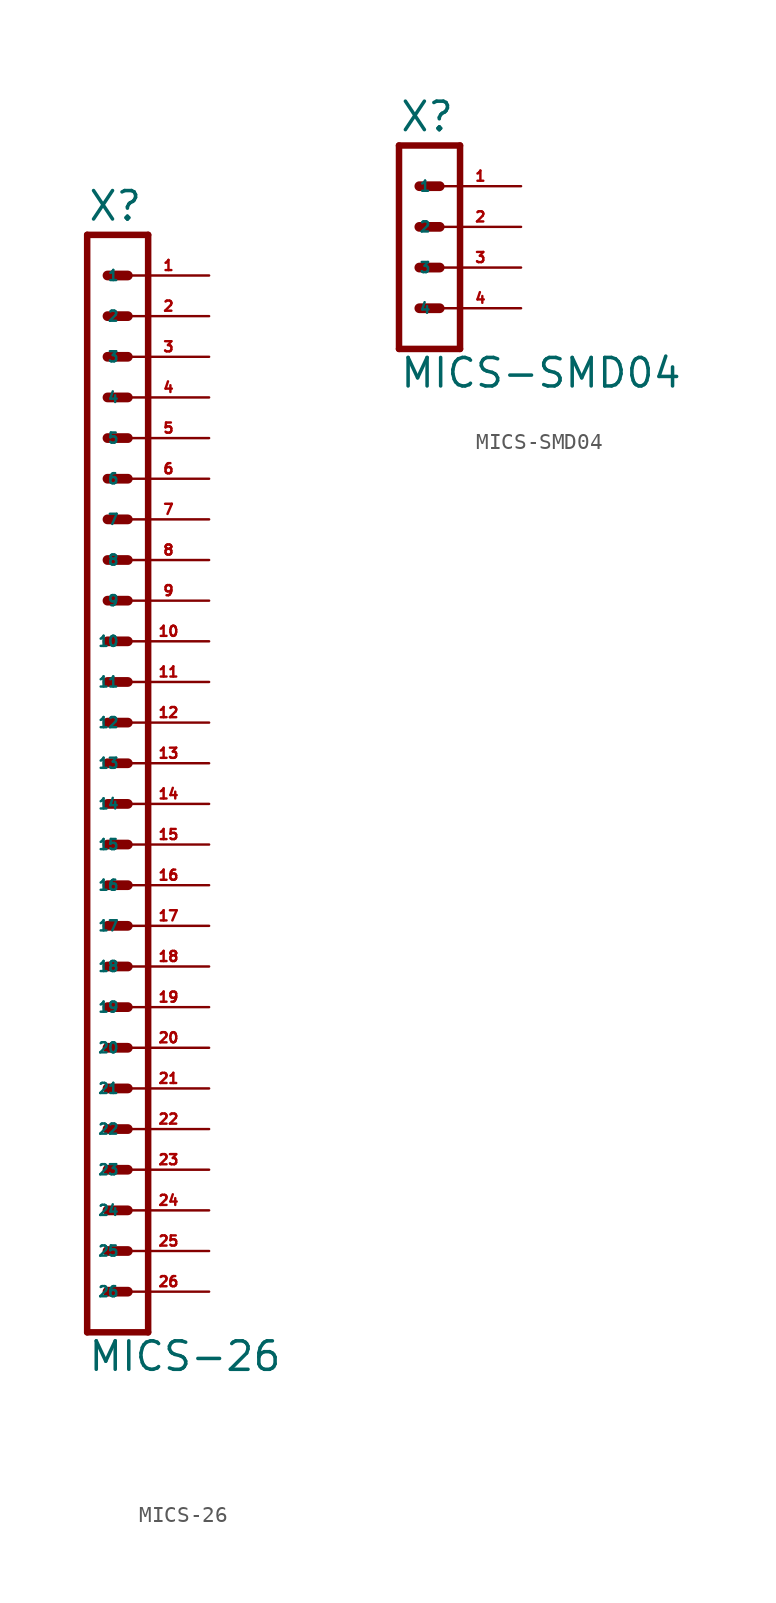
<source format=kicad_sym>
(kicad_symbol_lib
  (version 20220914)
  (generator Eagle2Kicad)
  (symbol "MICS-26"
    (property "Reference" "X"
      (at -2.54 33.782 0)
      (effects (font (size 1.778 1.778) (thickness 0.22)) (justify left bottom)))
    (property "Value" "MICS-26"
      (at -2.54 -38.1 0)
      (effects (font (size 1.778 1.778) (thickness 0.22)) (justify left bottom)))
    (polyline
      (pts (xy 1.27 -35.56) (xy -2.54 -35.56))
      (stroke (width 0.406) (type default))
      (fill (type none)))
    (polyline
      (pts (xy -1.27 27.94) (xy 0 27.94))
      (stroke (width 0.61) (type default))
      (fill (type none)))
    (polyline
      (pts (xy -1.27 25.4) (xy 0 25.4))
      (stroke (width 0.61) (type default))
      (fill (type none)))
    (polyline
      (pts (xy -1.27 22.86) (xy 0 22.86))
      (stroke (width 0.61) (type default))
      (fill (type none)))
    (polyline
      (pts (xy -2.54 33.02) (xy -2.54 -35.56))
      (stroke (width 0.406) (type default))
      (fill (type none)))
    (polyline
      (pts (xy 1.27 -35.56) (xy 1.27 33.02))
      (stroke (width 0.406) (type default))
      (fill (type none)))
    (polyline
      (pts (xy -2.54 33.02) (xy 1.27 33.02))
      (stroke (width 0.406) (type default))
      (fill (type none)))
    (polyline
      (pts (xy -1.27 30.48) (xy 0 30.48))
      (stroke (width 0.61) (type default))
      (fill (type none)))
    (polyline
      (pts (xy -1.27 20.32) (xy 0 20.32))
      (stroke (width 0.61) (type default))
      (fill (type none)))
    (polyline
      (pts (xy -1.27 17.78) (xy 0 17.78))
      (stroke (width 0.61) (type default))
      (fill (type none)))
    (polyline
      (pts (xy -1.27 15.24) (xy 0 15.24))
      (stroke (width 0.61) (type default))
      (fill (type none)))
    (polyline
      (pts (xy -1.27 12.7) (xy 0 12.7))
      (stroke (width 0.61) (type default))
      (fill (type none)))
    (polyline
      (pts (xy -1.27 10.16) (xy 0 10.16))
      (stroke (width 0.61) (type default))
      (fill (type none)))
    (polyline
      (pts (xy -1.27 7.62) (xy 0 7.62))
      (stroke (width 0.61) (type default))
      (fill (type none)))
    (polyline
      (pts (xy -1.27 5.08) (xy 0 5.08))
      (stroke (width 0.61) (type default))
      (fill (type none)))
    (polyline
      (pts (xy -1.27 2.54) (xy 0 2.54))
      (stroke (width 0.61) (type default))
      (fill (type none)))
    (polyline
      (pts (xy -1.27 0) (xy 0 0))
      (stroke (width 0.61) (type default))
      (fill (type none)))
    (polyline
      (pts (xy -1.27 -2.54) (xy 0 -2.54))
      (stroke (width 0.61) (type default))
      (fill (type none)))
    (polyline
      (pts (xy -1.27 -5.08) (xy 0 -5.08))
      (stroke (width 0.61) (type default))
      (fill (type none)))
    (polyline
      (pts (xy -1.27 -7.62) (xy 0 -7.62))
      (stroke (width 0.61) (type default))
      (fill (type none)))
    (polyline
      (pts (xy -1.27 -10.16) (xy 0 -10.16))
      (stroke (width 0.61) (type default))
      (fill (type none)))
    (polyline
      (pts (xy -1.27 -12.7) (xy 0 -12.7))
      (stroke (width 0.61) (type default))
      (fill (type none)))
    (polyline
      (pts (xy -1.27 -15.24) (xy 0 -15.24))
      (stroke (width 0.61) (type default))
      (fill (type none)))
    (polyline
      (pts (xy -1.27 -17.78) (xy 0 -17.78))
      (stroke (width 0.61) (type default))
      (fill (type none)))
    (polyline
      (pts (xy -1.27 -20.32) (xy 0 -20.32))
      (stroke (width 0.61) (type default))
      (fill (type none)))
    (polyline
      (pts (xy -1.27 -22.86) (xy 0 -22.86))
      (stroke (width 0.61) (type default))
      (fill (type none)))
    (polyline
      (pts (xy -1.27 -25.4) (xy 0 -25.4))
      (stroke (width 0.61) (type default))
      (fill (type none)))
    (polyline
      (pts (xy -1.27 -27.94) (xy 0 -27.94))
      (stroke (width 0.61) (type default))
      (fill (type none)))
    (polyline
      (pts (xy -1.27 -30.48) (xy 0 -30.48))
      (stroke (width 0.61) (type default))
      (fill (type none)))
    (polyline
      (pts (xy -1.27 -33.02) (xy 0 -33.02))
      (stroke (width 0.61) (type default))
      (fill (type none)))
    (pin passive line
      (at 5.08 30.48 180)
      (length 5.08)
      (name "1" (effects (font (size 0.635 0.635) (thickness 0.08)) (justify left bottom)))
      (number "1" (effects (font (size 0.635 0.635) (thickness 0.08)) (justify left bottom))))
    (pin passive line
      (at 5.08 27.94 180)
      (length 5.08)
      (name "2" (effects (font (size 0.635 0.635) (thickness 0.08)) (justify left bottom)))
      (number "2" (effects (font (size 0.635 0.635) (thickness 0.08)) (justify left bottom))))
    (pin passive line
      (at 5.08 25.4 180)
      (length 5.08)
      (name "3" (effects (font (size 0.635 0.635) (thickness 0.08)) (justify left bottom)))
      (number "3" (effects (font (size 0.635 0.635) (thickness 0.08)) (justify left bottom))))
    (pin passive line
      (at 5.08 22.86 180)
      (length 5.08)
      (name "4" (effects (font (size 0.635 0.635) (thickness 0.08)) (justify left bottom)))
      (number "4" (effects (font (size 0.635 0.635) (thickness 0.08)) (justify left bottom))))
    (pin passive line
      (at 5.08 20.32 180)
      (length 5.08)
      (name "5" (effects (font (size 0.635 0.635) (thickness 0.08)) (justify left bottom)))
      (number "5" (effects (font (size 0.635 0.635) (thickness 0.08)) (justify left bottom))))
    (pin passive line
      (at 5.08 17.78 180)
      (length 5.08)
      (name "6" (effects (font (size 0.635 0.635) (thickness 0.08)) (justify left bottom)))
      (number "6" (effects (font (size 0.635 0.635) (thickness 0.08)) (justify left bottom))))
    (pin passive line
      (at 5.08 15.24 180)
      (length 5.08)
      (name "7" (effects (font (size 0.635 0.635) (thickness 0.08)) (justify left bottom)))
      (number "7" (effects (font (size 0.635 0.635) (thickness 0.08)) (justify left bottom))))
    (pin passive line
      (at 5.08 12.7 180)
      (length 5.08)
      (name "8" (effects (font (size 0.635 0.635) (thickness 0.08)) (justify left bottom)))
      (number "8" (effects (font (size 0.635 0.635) (thickness 0.08)) (justify left bottom))))
    (pin passive line
      (at 5.08 10.16 180)
      (length 5.08)
      (name "9" (effects (font (size 0.635 0.635) (thickness 0.08)) (justify left bottom)))
      (number "9" (effects (font (size 0.635 0.635) (thickness 0.08)) (justify left bottom))))
    (pin passive line
      (at 5.08 7.62 180)
      (length 5.08)
      (name "10" (effects (font (size 0.635 0.635) (thickness 0.08)) (justify left bottom)))
      (number "10" (effects (font (size 0.635 0.635) (thickness 0.08)) (justify left bottom))))
    (pin passive line
      (at 5.08 5.08 180)
      (length 5.08)
      (name "11" (effects (font (size 0.635 0.635) (thickness 0.08)) (justify left bottom)))
      (number "11" (effects (font (size 0.635 0.635) (thickness 0.08)) (justify left bottom))))
    (pin passive line
      (at 5.08 2.54 180)
      (length 5.08)
      (name "12" (effects (font (size 0.635 0.635) (thickness 0.08)) (justify left bottom)))
      (number "12" (effects (font (size 0.635 0.635) (thickness 0.08)) (justify left bottom))))
    (pin passive line
      (at 5.08 0 180)
      (length 5.08)
      (name "13" (effects (font (size 0.635 0.635) (thickness 0.08)) (justify left bottom)))
      (number "13" (effects (font (size 0.635 0.635) (thickness 0.08)) (justify left bottom))))
    (pin passive line
      (at 5.08 -2.54 180)
      (length 5.08)
      (name "14" (effects (font (size 0.635 0.635) (thickness 0.08)) (justify left bottom)))
      (number "14" (effects (font (size 0.635 0.635) (thickness 0.08)) (justify left bottom))))
    (pin passive line
      (at 5.08 -5.08 180)
      (length 5.08)
      (name "15" (effects (font (size 0.635 0.635) (thickness 0.08)) (justify left bottom)))
      (number "15" (effects (font (size 0.635 0.635) (thickness 0.08)) (justify left bottom))))
    (pin passive line
      (at 5.08 -7.62 180)
      (length 5.08)
      (name "16" (effects (font (size 0.635 0.635) (thickness 0.08)) (justify left bottom)))
      (number "16" (effects (font (size 0.635 0.635) (thickness 0.08)) (justify left bottom))))
    (pin passive line
      (at 5.08 -10.16 180)
      (length 5.08)
      (name "17" (effects (font (size 0.635 0.635) (thickness 0.08)) (justify left bottom)))
      (number "17" (effects (font (size 0.635 0.635) (thickness 0.08)) (justify left bottom))))
    (pin passive line
      (at 5.08 -12.7 180)
      (length 5.08)
      (name "18" (effects (font (size 0.635 0.635) (thickness 0.08)) (justify left bottom)))
      (number "18" (effects (font (size 0.635 0.635) (thickness 0.08)) (justify left bottom))))
    (pin passive line
      (at 5.08 -15.24 180)
      (length 5.08)
      (name "19" (effects (font (size 0.635 0.635) (thickness 0.08)) (justify left bottom)))
      (number "19" (effects (font (size 0.635 0.635) (thickness 0.08)) (justify left bottom))))
    (pin passive line
      (at 5.08 -17.78 180)
      (length 5.08)
      (name "20" (effects (font (size 0.635 0.635) (thickness 0.08)) (justify left bottom)))
      (number "20" (effects (font (size 0.635 0.635) (thickness 0.08)) (justify left bottom))))
    (pin passive line
      (at 5.08 -20.32 180)
      (length 5.08)
      (name "21" (effects (font (size 0.635 0.635) (thickness 0.08)) (justify left bottom)))
      (number "21" (effects (font (size 0.635 0.635) (thickness 0.08)) (justify left bottom))))
    (pin passive line
      (at 5.08 -22.86 180)
      (length 5.08)
      (name "22" (effects (font (size 0.635 0.635) (thickness 0.08)) (justify left bottom)))
      (number "22" (effects (font (size 0.635 0.635) (thickness 0.08)) (justify left bottom))))
    (pin passive line
      (at 5.08 -25.4 180)
      (length 5.08)
      (name "23" (effects (font (size 0.635 0.635) (thickness 0.08)) (justify left bottom)))
      (number "23" (effects (font (size 0.635 0.635) (thickness 0.08)) (justify left bottom))))
    (pin passive line
      (at 5.08 -27.94 180)
      (length 5.08)
      (name "24" (effects (font (size 0.635 0.635) (thickness 0.08)) (justify left bottom)))
      (number "24" (effects (font (size 0.635 0.635) (thickness 0.08)) (justify left bottom))))
    (pin passive line
      (at 5.08 -30.48 180)
      (length 5.08)
      (name "25" (effects (font (size 0.635 0.635) (thickness 0.08)) (justify left bottom)))
      (number "25" (effects (font (size 0.635 0.635) (thickness 0.08)) (justify left bottom))))
    (pin passive line
      (at 5.08 -33.02 180)
      (length 5.08)
      (name "26" (effects (font (size 0.635 0.635) (thickness 0.08)) (justify left bottom)))
      (number "26" (effects (font (size 0.635 0.635) (thickness 0.08)) (justify left bottom)))))
  (symbol "MICS-SMD04"
    (property "Reference" "X"
      (at -2.54 8.382 0)
      (effects (font (size 1.778 1.778) (thickness 0.22)) (justify left bottom)))
    (property "Value" "MICS-SMD04"
      (at -2.54 -7.62 0)
      (effects (font (size 1.778 1.778) (thickness 0.22)) (justify left bottom)))
    (polyline
      (pts (xy 1.27 -5.08) (xy -2.54 -5.08))
      (stroke (width 0.406) (type default))
      (fill (type none)))
    (polyline
      (pts (xy -1.27 2.54) (xy 0 2.54))
      (stroke (width 0.61) (type default))
      (fill (type none)))
    (polyline
      (pts (xy -1.27 0) (xy 0 0))
      (stroke (width 0.61) (type default))
      (fill (type none)))
    (polyline
      (pts (xy -1.27 -2.54) (xy 0 -2.54))
      (stroke (width 0.61) (type default))
      (fill (type none)))
    (polyline
      (pts (xy -2.54 7.62) (xy -2.54 -5.08))
      (stroke (width 0.406) (type default))
      (fill (type none)))
    (polyline
      (pts (xy 1.27 -5.08) (xy 1.27 7.62))
      (stroke (width 0.406) (type default))
      (fill (type none)))
    (polyline
      (pts (xy -2.54 7.62) (xy 1.27 7.62))
      (stroke (width 0.406) (type default))
      (fill (type none)))
    (polyline
      (pts (xy -1.27 5.08) (xy 0 5.08))
      (stroke (width 0.61) (type default))
      (fill (type none)))
    (pin passive line
      (at 5.08 5.08 180)
      (length 5.08)
      (name "1" (effects (font (size 0.635 0.635) (thickness 0.08)) (justify left bottom)))
      (number "1" (effects (font (size 0.635 0.635) (thickness 0.08)) (justify left bottom))))
    (pin passive line
      (at 5.08 2.54 180)
      (length 5.08)
      (name "2" (effects (font (size 0.635 0.635) (thickness 0.08)) (justify left bottom)))
      (number "2" (effects (font (size 0.635 0.635) (thickness 0.08)) (justify left bottom))))
    (pin passive line
      (at 5.08 0 180)
      (length 5.08)
      (name "3" (effects (font (size 0.635 0.635) (thickness 0.08)) (justify left bottom)))
      (number "3" (effects (font (size 0.635 0.635) (thickness 0.08)) (justify left bottom))))
    (pin passive line
      (at 5.08 -2.54 180)
      (length 5.08)
      (name "4" (effects (font (size 0.635 0.635) (thickness 0.08)) (justify left bottom)))
      (number "4" (effects (font (size 0.635 0.635) (thickness 0.08)) (justify left bottom))))))
</source>
